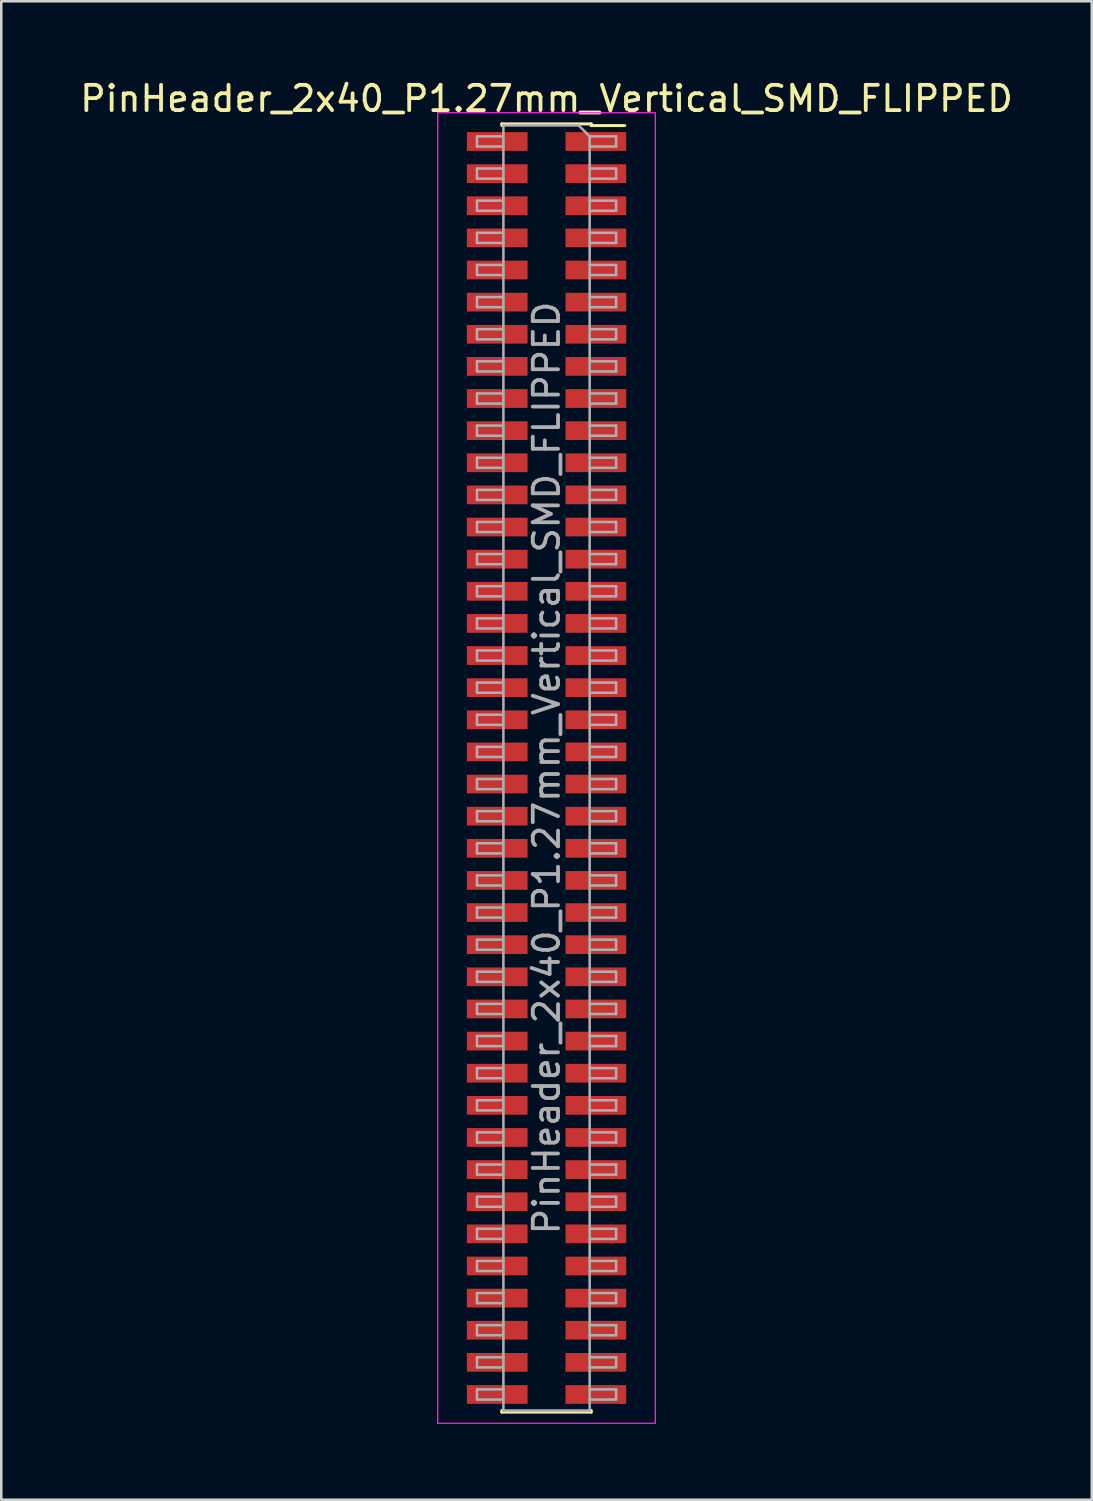
<source format=kicad_pcb>
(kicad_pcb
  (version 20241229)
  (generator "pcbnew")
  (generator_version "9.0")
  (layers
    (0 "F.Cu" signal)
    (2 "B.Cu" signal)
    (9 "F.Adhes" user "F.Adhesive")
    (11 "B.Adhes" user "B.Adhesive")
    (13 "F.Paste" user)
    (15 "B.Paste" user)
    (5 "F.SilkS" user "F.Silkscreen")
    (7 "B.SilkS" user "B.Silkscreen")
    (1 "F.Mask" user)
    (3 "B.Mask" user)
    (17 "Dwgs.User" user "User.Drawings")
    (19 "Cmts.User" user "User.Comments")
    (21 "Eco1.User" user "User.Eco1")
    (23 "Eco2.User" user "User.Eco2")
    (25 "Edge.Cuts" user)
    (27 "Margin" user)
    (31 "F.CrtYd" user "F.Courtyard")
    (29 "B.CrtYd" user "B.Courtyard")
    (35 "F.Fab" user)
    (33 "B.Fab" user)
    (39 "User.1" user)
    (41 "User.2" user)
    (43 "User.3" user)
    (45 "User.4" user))
  (footprint "PinHeader_2x40_P1.27mm_Vertical_SMD_FLIPPED"
    (layer "F.Cu")
    (at 18.554 27.308)
    (property "Reference" "PinHeader_2x40_P1.27mm_Vertical_SMD_FLIPPED" (at 0 -26.46 0) (layer "F.SilkS") (effects (font (size 1 1) (thickness 0.15))))
    (attr smd)
    (fp_line (start -1.765 -25.46) (end -1.765 -25.395) (stroke (width 0.12) (type solid)) (layer "F.SilkS"))
    (fp_line (start -1.765 25.395) (end -1.765 25.46) (stroke (width 0.12) (type solid)) (layer "F.SilkS"))
    (fp_line (start 1.765 -25.46) (end -1.765 -25.46) (stroke (width 0.12) (type solid)) (layer "F.SilkS"))
    (fp_line (start 1.765 -25.46) (end 1.765 -25.395) (stroke (width 0.12) (type solid)) (layer "F.SilkS"))
    (fp_line (start 1.765 25.395) (end 1.765 25.46) (stroke (width 0.12) (type solid)) (layer "F.SilkS"))
    (fp_line (start 1.765 25.46) (end -1.765 25.46) (stroke (width 0.12) (type solid)) (layer "F.SilkS"))
    (fp_line (start 3.09 -25.395) (end 1.765 -25.395) (stroke (width 0.12) (type solid)) (layer "F.SilkS"))
    (fp_line (start -4.3 -25.9) (end 4.3 -25.9) (stroke (width 0.05) (type solid)) (layer "F.CrtYd"))
    (fp_line (start -4.3 25.9) (end -4.3 -25.9) (stroke (width 0.05) (type solid)) (layer "F.CrtYd"))
    (fp_line (start 4.3 -25.9) (end 4.3 25.9) (stroke (width 0.05) (type solid)) (layer "F.CrtYd"))
    (fp_line (start 4.3 25.9) (end -4.3 25.9) (stroke (width 0.05) (type solid)) (layer "F.CrtYd"))
    (fp_line (start -2.75 -24.965) (end -2.75 -24.565) (stroke (width 0.1) (type solid)) (layer "F.Fab"))
    (fp_line (start -2.75 -24.565) (end -1.705 -24.565) (stroke (width 0.1) (type solid)) (layer "F.Fab"))
    (fp_line (start -2.75 -23.695) (end -2.75 -23.295) (stroke (width 0.1) (type solid)) (layer "F.Fab"))
    (fp_line (start -2.75 -23.295) (end -1.705 -23.295) (stroke (width 0.1) (type solid)) (layer "F.Fab"))
    (fp_line (start -2.75 -22.425) (end -2.75 -22.025) (stroke (width 0.1) (type solid)) (layer "F.Fab"))
    (fp_line (start -2.75 -22.025) (end -1.705 -22.025) (stroke (width 0.1) (type solid)) (layer "F.Fab"))
    (fp_line (start -2.75 -21.155) (end -2.75 -20.755) (stroke (width 0.1) (type solid)) (layer "F.Fab"))
    (fp_line (start -2.75 -20.755) (end -1.705 -20.755) (stroke (width 0.1) (type solid)) (layer "F.Fab"))
    (fp_line (start -2.75 -19.885) (end -2.75 -19.485) (stroke (width 0.1) (type solid)) (layer "F.Fab"))
    (fp_line (start -2.75 -19.485) (end -1.705 -19.485) (stroke (width 0.1) (type solid)) (layer "F.Fab"))
    (fp_line (start -2.75 -18.615) (end -2.75 -18.215) (stroke (width 0.1) (type solid)) (layer "F.Fab"))
    (fp_line (start -2.75 -18.215) (end -1.705 -18.215) (stroke (width 0.1) (type solid)) (layer "F.Fab"))
    (fp_line (start -2.75 -17.345) (end -2.75 -16.945) (stroke (width 0.1) (type solid)) (layer "F.Fab"))
    (fp_line (start -2.75 -16.945) (end -1.705 -16.945) (stroke (width 0.1) (type solid)) (layer "F.Fab"))
    (fp_line (start -2.75 -16.075) (end -2.75 -15.675) (stroke (width 0.1) (type solid)) (layer "F.Fab"))
    (fp_line (start -2.75 -15.675) (end -1.705 -15.675) (stroke (width 0.1) (type solid)) (layer "F.Fab"))
    (fp_line (start -2.75 -14.805) (end -2.75 -14.405) (stroke (width 0.1) (type solid)) (layer "F.Fab"))
    (fp_line (start -2.75 -14.405) (end -1.705 -14.405) (stroke (width 0.1) (type solid)) (layer "F.Fab"))
    (fp_line (start -2.75 -13.535) (end -2.75 -13.135) (stroke (width 0.1) (type solid)) (layer "F.Fab"))
    (fp_line (start -2.75 -13.135) (end -1.705 -13.135) (stroke (width 0.1) (type solid)) (layer "F.Fab"))
    (fp_line (start -2.75 -12.265) (end -2.75 -11.865) (stroke (width 0.1) (type solid)) (layer "F.Fab"))
    (fp_line (start -2.75 -11.865) (end -1.705 -11.865) (stroke (width 0.1) (type solid)) (layer "F.Fab"))
    (fp_line (start -2.75 -10.995) (end -2.75 -10.595) (stroke (width 0.1) (type solid)) (layer "F.Fab"))
    (fp_line (start -2.75 -10.595) (end -1.705 -10.595) (stroke (width 0.1) (type solid)) (layer "F.Fab"))
    (fp_line (start -2.75 -9.725) (end -2.75 -9.325) (stroke (width 0.1) (type solid)) (layer "F.Fab"))
    (fp_line (start -2.75 -9.325) (end -1.705 -9.325) (stroke (width 0.1) (type solid)) (layer "F.Fab"))
    (fp_line (start -2.75 -8.455) (end -2.75 -8.055) (stroke (width 0.1) (type solid)) (layer "F.Fab"))
    (fp_line (start -2.75 -8.055) (end -1.705 -8.055) (stroke (width 0.1) (type solid)) (layer "F.Fab"))
    (fp_line (start -2.75 -7.185) (end -2.75 -6.785) (stroke (width 0.1) (type solid)) (layer "F.Fab"))
    (fp_line (start -2.75 -6.785) (end -1.705 -6.785) (stroke (width 0.1) (type solid)) (layer "F.Fab"))
    (fp_line (start -2.75 -5.915) (end -2.75 -5.515) (stroke (width 0.1) (type solid)) (layer "F.Fab"))
    (fp_line (start -2.75 -5.515) (end -1.705 -5.515) (stroke (width 0.1) (type solid)) (layer "F.Fab"))
    (fp_line (start -2.75 -4.645) (end -2.75 -4.245) (stroke (width 0.1) (type solid)) (layer "F.Fab"))
    (fp_line (start -2.75 -4.245) (end -1.705 -4.245) (stroke (width 0.1) (type solid)) (layer "F.Fab"))
    (fp_line (start -2.75 -3.375) (end -2.75 -2.975) (stroke (width 0.1) (type solid)) (layer "F.Fab"))
    (fp_line (start -2.75 -2.975) (end -1.705 -2.975) (stroke (width 0.1) (type solid)) (layer "F.Fab"))
    (fp_line (start -2.75 -2.105) (end -2.75 -1.705) (stroke (width 0.1) (type solid)) (layer "F.Fab"))
    (fp_line (start -2.75 -1.705) (end -1.705 -1.705) (stroke (width 0.1) (type solid)) (layer "F.Fab"))
    (fp_line (start -2.75 -0.835) (end -2.75 -0.435) (stroke (width 0.1) (type solid)) (layer "F.Fab"))
    (fp_line (start -2.75 -0.435) (end -1.705 -0.435) (stroke (width 0.1) (type solid)) (layer "F.Fab"))
    (fp_line (start -2.75 0.435) (end -2.75 0.835) (stroke (width 0.1) (type solid)) (layer "F.Fab"))
    (fp_line (start -2.75 0.835) (end -1.705 0.835) (stroke (width 0.1) (type solid)) (layer "F.Fab"))
    (fp_line (start -2.75 1.705) (end -2.75 2.105) (stroke (width 0.1) (type solid)) (layer "F.Fab"))
    (fp_line (start -2.75 2.105) (end -1.705 2.105) (stroke (width 0.1) (type solid)) (layer "F.Fab"))
    (fp_line (start -2.75 2.975) (end -2.75 3.375) (stroke (width 0.1) (type solid)) (layer "F.Fab"))
    (fp_line (start -2.75 3.375) (end -1.705 3.375) (stroke (width 0.1) (type solid)) (layer "F.Fab"))
    (fp_line (start -2.75 4.245) (end -2.75 4.645) (stroke (width 0.1) (type solid)) (layer "F.Fab"))
    (fp_line (start -2.75 4.645) (end -1.705 4.645) (stroke (width 0.1) (type solid)) (layer "F.Fab"))
    (fp_line (start -2.75 5.515) (end -2.75 5.915) (stroke (width 0.1) (type solid)) (layer "F.Fab"))
    (fp_line (start -2.75 5.915) (end -1.705 5.915) (stroke (width 0.1) (type solid)) (layer "F.Fab"))
    (fp_line (start -2.75 6.785) (end -2.75 7.185) (stroke (width 0.1) (type solid)) (layer "F.Fab"))
    (fp_line (start -2.75 7.185) (end -1.705 7.185) (stroke (width 0.1) (type solid)) (layer "F.Fab"))
    (fp_line (start -2.75 8.055) (end -2.75 8.455) (stroke (width 0.1) (type solid)) (layer "F.Fab"))
    (fp_line (start -2.75 8.455) (end -1.705 8.455) (stroke (width 0.1) (type solid)) (layer "F.Fab"))
    (fp_line (start -2.75 9.325) (end -2.75 9.725) (stroke (width 0.1) (type solid)) (layer "F.Fab"))
    (fp_line (start -2.75 9.725) (end -1.705 9.725) (stroke (width 0.1) (type solid)) (layer "F.Fab"))
    (fp_line (start -2.75 10.595) (end -2.75 10.995) (stroke (width 0.1) (type solid)) (layer "F.Fab"))
    (fp_line (start -2.75 10.995) (end -1.705 10.995) (stroke (width 0.1) (type solid)) (layer "F.Fab"))
    (fp_line (start -2.75 11.865) (end -2.75 12.265) (stroke (width 0.1) (type solid)) (layer "F.Fab"))
    (fp_line (start -2.75 12.265) (end -1.705 12.265) (stroke (width 0.1) (type solid)) (layer "F.Fab"))
    (fp_line (start -2.75 13.135) (end -2.75 13.535) (stroke (width 0.1) (type solid)) (layer "F.Fab"))
    (fp_line (start -2.75 13.535) (end -1.705 13.535) (stroke (width 0.1) (type solid)) (layer "F.Fab"))
    (fp_line (start -2.75 14.405) (end -2.75 14.805) (stroke (width 0.1) (type solid)) (layer "F.Fab"))
    (fp_line (start -2.75 14.805) (end -1.705 14.805) (stroke (width 0.1) (type solid)) (layer "F.Fab"))
    (fp_line (start -2.75 15.675) (end -2.75 16.075) (stroke (width 0.1) (type solid)) (layer "F.Fab"))
    (fp_line (start -2.75 16.075) (end -1.705 16.075) (stroke (width 0.1) (type solid)) (layer "F.Fab"))
    (fp_line (start -2.75 16.945) (end -2.75 17.345) (stroke (width 0.1) (type solid)) (layer "F.Fab"))
    (fp_line (start -2.75 17.345) (end -1.705 17.345) (stroke (width 0.1) (type solid)) (layer "F.Fab"))
    (fp_line (start -2.75 18.215) (end -2.75 18.615) (stroke (width 0.1) (type solid)) (layer "F.Fab"))
    (fp_line (start -2.75 18.615) (end -1.705 18.615) (stroke (width 0.1) (type solid)) (layer "F.Fab"))
    (fp_line (start -2.75 19.485) (end -2.75 19.885) (stroke (width 0.1) (type solid)) (layer "F.Fab"))
    (fp_line (start -2.75 19.885) (end -1.705 19.885) (stroke (width 0.1) (type solid)) (layer "F.Fab"))
    (fp_line (start -2.75 20.755) (end -2.75 21.155) (stroke (width 0.1) (type solid)) (layer "F.Fab"))
    (fp_line (start -2.75 21.155) (end -1.705 21.155) (stroke (width 0.1) (type solid)) (layer "F.Fab"))
    (fp_line (start -2.75 22.025) (end -2.75 22.425) (stroke (width 0.1) (type solid)) (layer "F.Fab"))
    (fp_line (start -2.75 22.425) (end -1.705 22.425) (stroke (width 0.1) (type solid)) (layer "F.Fab"))
    (fp_line (start -2.75 23.295) (end -2.75 23.695) (stroke (width 0.1) (type solid)) (layer "F.Fab"))
    (fp_line (start -2.75 23.695) (end -1.705 23.695) (stroke (width 0.1) (type solid)) (layer "F.Fab"))
    (fp_line (start -2.75 24.565) (end -2.75 24.965) (stroke (width 0.1) (type solid)) (layer "F.Fab"))
    (fp_line (start -2.75 24.965) (end -1.705 24.965) (stroke (width 0.1) (type solid)) (layer "F.Fab"))
    (fp_line (start -1.705 -25.4) (end -1.705 25.4) (stroke (width 0.1) (type solid)) (layer "F.Fab"))
    (fp_line (start -1.705 -24.965) (end -2.75 -24.965) (stroke (width 0.1) (type solid)) (layer "F.Fab"))
    (fp_line (start -1.705 -23.695) (end -2.75 -23.695) (stroke (width 0.1) (type solid)) (layer "F.Fab"))
    (fp_line (start -1.705 -22.425) (end -2.75 -22.425) (stroke (width 0.1) (type solid)) (layer "F.Fab"))
    (fp_line (start -1.705 -21.155) (end -2.75 -21.155) (stroke (width 0.1) (type solid)) (layer "F.Fab"))
    (fp_line (start -1.705 -19.885) (end -2.75 -19.885) (stroke (width 0.1) (type solid)) (layer "F.Fab"))
    (fp_line (start -1.705 -18.615) (end -2.75 -18.615) (stroke (width 0.1) (type solid)) (layer "F.Fab"))
    (fp_line (start -1.705 -17.345) (end -2.75 -17.345) (stroke (width 0.1) (type solid)) (layer "F.Fab"))
    (fp_line (start -1.705 -16.075) (end -2.75 -16.075) (stroke (width 0.1) (type solid)) (layer "F.Fab"))
    (fp_line (start -1.705 -14.805) (end -2.75 -14.805) (stroke (width 0.1) (type solid)) (layer "F.Fab"))
    (fp_line (start -1.705 -13.535) (end -2.75 -13.535) (stroke (width 0.1) (type solid)) (layer "F.Fab"))
    (fp_line (start -1.705 -12.265) (end -2.75 -12.265) (stroke (width 0.1) (type solid)) (layer "F.Fab"))
    (fp_line (start -1.705 -10.995) (end -2.75 -10.995) (stroke (width 0.1) (type solid)) (layer "F.Fab"))
    (fp_line (start -1.705 -9.725) (end -2.75 -9.725) (stroke (width 0.1) (type solid)) (layer "F.Fab"))
    (fp_line (start -1.705 -8.455) (end -2.75 -8.455) (stroke (width 0.1) (type solid)) (layer "F.Fab"))
    (fp_line (start -1.705 -7.185) (end -2.75 -7.185) (stroke (width 0.1) (type solid)) (layer "F.Fab"))
    (fp_line (start -1.705 -5.915) (end -2.75 -5.915) (stroke (width 0.1) (type solid)) (layer "F.Fab"))
    (fp_line (start -1.705 -4.645) (end -2.75 -4.645) (stroke (width 0.1) (type solid)) (layer "F.Fab"))
    (fp_line (start -1.705 -3.375) (end -2.75 -3.375) (stroke (width 0.1) (type solid)) (layer "F.Fab"))
    (fp_line (start -1.705 -2.105) (end -2.75 -2.105) (stroke (width 0.1) (type solid)) (layer "F.Fab"))
    (fp_line (start -1.705 -0.835) (end -2.75 -0.835) (stroke (width 0.1) (type solid)) (layer "F.Fab"))
    (fp_line (start -1.705 0.435) (end -2.75 0.435) (stroke (width 0.1) (type solid)) (layer "F.Fab"))
    (fp_line (start -1.705 1.705) (end -2.75 1.705) (stroke (width 0.1) (type solid)) (layer "F.Fab"))
    (fp_line (start -1.705 2.975) (end -2.75 2.975) (stroke (width 0.1) (type solid)) (layer "F.Fab"))
    (fp_line (start -1.705 4.245) (end -2.75 4.245) (stroke (width 0.1) (type solid)) (layer "F.Fab"))
    (fp_line (start -1.705 5.515) (end -2.75 5.515) (stroke (width 0.1) (type solid)) (layer "F.Fab"))
    (fp_line (start -1.705 6.785) (end -2.75 6.785) (stroke (width 0.1) (type solid)) (layer "F.Fab"))
    (fp_line (start -1.705 8.055) (end -2.75 8.055) (stroke (width 0.1) (type solid)) (layer "F.Fab"))
    (fp_line (start -1.705 9.325) (end -2.75 9.325) (stroke (width 0.1) (type solid)) (layer "F.Fab"))
    (fp_line (start -1.705 10.595) (end -2.75 10.595) (stroke (width 0.1) (type solid)) (layer "F.Fab"))
    (fp_line (start -1.705 11.865) (end -2.75 11.865) (stroke (width 0.1) (type solid)) (layer "F.Fab"))
    (fp_line (start -1.705 13.135) (end -2.75 13.135) (stroke (width 0.1) (type solid)) (layer "F.Fab"))
    (fp_line (start -1.705 14.405) (end -2.75 14.405) (stroke (width 0.1) (type solid)) (layer "F.Fab"))
    (fp_line (start -1.705 15.675) (end -2.75 15.675) (stroke (width 0.1) (type solid)) (layer "F.Fab"))
    (fp_line (start -1.705 16.945) (end -2.75 16.945) (stroke (width 0.1) (type solid)) (layer "F.Fab"))
    (fp_line (start -1.705 18.215) (end -2.75 18.215) (stroke (width 0.1) (type solid)) (layer "F.Fab"))
    (fp_line (start -1.705 19.485) (end -2.75 19.485) (stroke (width 0.1) (type solid)) (layer "F.Fab"))
    (fp_line (start -1.705 20.755) (end -2.75 20.755) (stroke (width 0.1) (type solid)) (layer "F.Fab"))
    (fp_line (start -1.705 22.025) (end -2.75 22.025) (stroke (width 0.1) (type solid)) (layer "F.Fab"))
    (fp_line (start -1.705 23.295) (end -2.75 23.295) (stroke (width 0.1) (type solid)) (layer "F.Fab"))
    (fp_line (start -1.705 24.565) (end -2.75 24.565) (stroke (width 0.1) (type solid)) (layer "F.Fab"))
    (fp_line (start -1.705 25.4) (end 1.705 25.4) (stroke (width 0.1) (type solid)) (layer "F.Fab"))
    (fp_line (start 1.27 -25.4) (end -1.705 -25.4) (stroke (width 0.1) (type solid)) (layer "F.Fab"))
    (fp_line (start 1.705 -24.965) (end 1.27 -25.4) (stroke (width 0.1) (type solid)) (layer "F.Fab"))
    (fp_line (start 1.705 -24.965) (end 2.75 -24.965) (stroke (width 0.1) (type solid)) (layer "F.Fab"))
    (fp_line (start 1.705 -23.695) (end 2.75 -23.695) (stroke (width 0.1) (type solid)) (layer "F.Fab"))
    (fp_line (start 1.705 -22.425) (end 2.75 -22.425) (stroke (width 0.1) (type solid)) (layer "F.Fab"))
    (fp_line (start 1.705 -21.155) (end 2.75 -21.155) (stroke (width 0.1) (type solid)) (layer "F.Fab"))
    (fp_line (start 1.705 -19.885) (end 2.75 -19.885) (stroke (width 0.1) (type solid)) (layer "F.Fab"))
    (fp_line (start 1.705 -18.615) (end 2.75 -18.615) (stroke (width 0.1) (type solid)) (layer "F.Fab"))
    (fp_line (start 1.705 -17.345) (end 2.75 -17.345) (stroke (width 0.1) (type solid)) (layer "F.Fab"))
    (fp_line (start 1.705 -16.075) (end 2.75 -16.075) (stroke (width 0.1) (type solid)) (layer "F.Fab"))
    (fp_line (start 1.705 -14.805) (end 2.75 -14.805) (stroke (width 0.1) (type solid)) (layer "F.Fab"))
    (fp_line (start 1.705 -13.535) (end 2.75 -13.535) (stroke (width 0.1) (type solid)) (layer "F.Fab"))
    (fp_line (start 1.705 -12.265) (end 2.75 -12.265) (stroke (width 0.1) (type solid)) (layer "F.Fab"))
    (fp_line (start 1.705 -10.995) (end 2.75 -10.995) (stroke (width 0.1) (type solid)) (layer "F.Fab"))
    (fp_line (start 1.705 -9.725) (end 2.75 -9.725) (stroke (width 0.1) (type solid)) (layer "F.Fab"))
    (fp_line (start 1.705 -8.455) (end 2.75 -8.455) (stroke (width 0.1) (type solid)) (layer "F.Fab"))
    (fp_line (start 1.705 -7.185) (end 2.75 -7.185) (stroke (width 0.1) (type solid)) (layer "F.Fab"))
    (fp_line (start 1.705 -5.915) (end 2.75 -5.915) (stroke (width 0.1) (type solid)) (layer "F.Fab"))
    (fp_line (start 1.705 -4.645) (end 2.75 -4.645) (stroke (width 0.1) (type solid)) (layer "F.Fab"))
    (fp_line (start 1.705 -3.375) (end 2.75 -3.375) (stroke (width 0.1) (type solid)) (layer "F.Fab"))
    (fp_line (start 1.705 -2.105) (end 2.75 -2.105) (stroke (width 0.1) (type solid)) (layer "F.Fab"))
    (fp_line (start 1.705 -0.835) (end 2.75 -0.835) (stroke (width 0.1) (type solid)) (layer "F.Fab"))
    (fp_line (start 1.705 0.435) (end 2.75 0.435) (stroke (width 0.1) (type solid)) (layer "F.Fab"))
    (fp_line (start 1.705 1.705) (end 2.75 1.705) (stroke (width 0.1) (type solid)) (layer "F.Fab"))
    (fp_line (start 1.705 2.975) (end 2.75 2.975) (stroke (width 0.1) (type solid)) (layer "F.Fab"))
    (fp_line (start 1.705 4.245) (end 2.75 4.245) (stroke (width 0.1) (type solid)) (layer "F.Fab"))
    (fp_line (start 1.705 5.515) (end 2.75 5.515) (stroke (width 0.1) (type solid)) (layer "F.Fab"))
    (fp_line (start 1.705 6.785) (end 2.75 6.785) (stroke (width 0.1) (type solid)) (layer "F.Fab"))
    (fp_line (start 1.705 8.055) (end 2.75 8.055) (stroke (width 0.1) (type solid)) (layer "F.Fab"))
    (fp_line (start 1.705 9.325) (end 2.75 9.325) (stroke (width 0.1) (type solid)) (layer "F.Fab"))
    (fp_line (start 1.705 10.595) (end 2.75 10.595) (stroke (width 0.1) (type solid)) (layer "F.Fab"))
    (fp_line (start 1.705 11.865) (end 2.75 11.865) (stroke (width 0.1) (type solid)) (layer "F.Fab"))
    (fp_line (start 1.705 13.135) (end 2.75 13.135) (stroke (width 0.1) (type solid)) (layer "F.Fab"))
    (fp_line (start 1.705 14.405) (end 2.75 14.405) (stroke (width 0.1) (type solid)) (layer "F.Fab"))
    (fp_line (start 1.705 15.675) (end 2.75 15.675) (stroke (width 0.1) (type solid)) (layer "F.Fab"))
    (fp_line (start 1.705 16.945) (end 2.75 16.945) (stroke (width 0.1) (type solid)) (layer "F.Fab"))
    (fp_line (start 1.705 18.215) (end 2.75 18.215) (stroke (width 0.1) (type solid)) (layer "F.Fab"))
    (fp_line (start 1.705 19.485) (end 2.75 19.485) (stroke (width 0.1) (type solid)) (layer "F.Fab"))
    (fp_line (start 1.705 20.755) (end 2.75 20.755) (stroke (width 0.1) (type solid)) (layer "F.Fab"))
    (fp_line (start 1.705 22.025) (end 2.75 22.025) (stroke (width 0.1) (type solid)) (layer "F.Fab"))
    (fp_line (start 1.705 23.295) (end 2.75 23.295) (stroke (width 0.1) (type solid)) (layer "F.Fab"))
    (fp_line (start 1.705 24.565) (end 2.75 24.565) (stroke (width 0.1) (type solid)) (layer "F.Fab"))
    (fp_line (start 1.705 25.4) (end 1.705 -24.965) (stroke (width 0.1) (type solid)) (layer "F.Fab"))
    (fp_line (start 2.75 -24.965) (end 2.75 -24.565) (stroke (width 0.1) (type solid)) (layer "F.Fab"))
    (fp_line (start 2.75 -24.565) (end 1.705 -24.565) (stroke (width 0.1) (type solid)) (layer "F.Fab"))
    (fp_line (start 2.75 -23.695) (end 2.75 -23.295) (stroke (width 0.1) (type solid)) (layer "F.Fab"))
    (fp_line (start 2.75 -23.295) (end 1.705 -23.295) (stroke (width 0.1) (type solid)) (layer "F.Fab"))
    (fp_line (start 2.75 -22.425) (end 2.75 -22.025) (stroke (width 0.1) (type solid)) (layer "F.Fab"))
    (fp_line (start 2.75 -22.025) (end 1.705 -22.025) (stroke (width 0.1) (type solid)) (layer "F.Fab"))
    (fp_line (start 2.75 -21.155) (end 2.75 -20.755) (stroke (width 0.1) (type solid)) (layer "F.Fab"))
    (fp_line (start 2.75 -20.755) (end 1.705 -20.755) (stroke (width 0.1) (type solid)) (layer "F.Fab"))
    (fp_line (start 2.75 -19.885) (end 2.75 -19.485) (stroke (width 0.1) (type solid)) (layer "F.Fab"))
    (fp_line (start 2.75 -19.485) (end 1.705 -19.485) (stroke (width 0.1) (type solid)) (layer "F.Fab"))
    (fp_line (start 2.75 -18.615) (end 2.75 -18.215) (stroke (width 0.1) (type solid)) (layer "F.Fab"))
    (fp_line (start 2.75 -18.215) (end 1.705 -18.215) (stroke (width 0.1) (type solid)) (layer "F.Fab"))
    (fp_line (start 2.75 -17.345) (end 2.75 -16.945) (stroke (width 0.1) (type solid)) (layer "F.Fab"))
    (fp_line (start 2.75 -16.945) (end 1.705 -16.945) (stroke (width 0.1) (type solid)) (layer "F.Fab"))
    (fp_line (start 2.75 -16.075) (end 2.75 -15.675) (stroke (width 0.1) (type solid)) (layer "F.Fab"))
    (fp_line (start 2.75 -15.675) (end 1.705 -15.675) (stroke (width 0.1) (type solid)) (layer "F.Fab"))
    (fp_line (start 2.75 -14.805) (end 2.75 -14.405) (stroke (width 0.1) (type solid)) (layer "F.Fab"))
    (fp_line (start 2.75 -14.405) (end 1.705 -14.405) (stroke (width 0.1) (type solid)) (layer "F.Fab"))
    (fp_line (start 2.75 -13.535) (end 2.75 -13.135) (stroke (width 0.1) (type solid)) (layer "F.Fab"))
    (fp_line (start 2.75 -13.135) (end 1.705 -13.135) (stroke (width 0.1) (type solid)) (layer "F.Fab"))
    (fp_line (start 2.75 -12.265) (end 2.75 -11.865) (stroke (width 0.1) (type solid)) (layer "F.Fab"))
    (fp_line (start 2.75 -11.865) (end 1.705 -11.865) (stroke (width 0.1) (type solid)) (layer "F.Fab"))
    (fp_line (start 2.75 -10.995) (end 2.75 -10.595) (stroke (width 0.1) (type solid)) (layer "F.Fab"))
    (fp_line (start 2.75 -10.595) (end 1.705 -10.595) (stroke (width 0.1) (type solid)) (layer "F.Fab"))
    (fp_line (start 2.75 -9.725) (end 2.75 -9.325) (stroke (width 0.1) (type solid)) (layer "F.Fab"))
    (fp_line (start 2.75 -9.325) (end 1.705 -9.325) (stroke (width 0.1) (type solid)) (layer "F.Fab"))
    (fp_line (start 2.75 -8.455) (end 2.75 -8.055) (stroke (width 0.1) (type solid)) (layer "F.Fab"))
    (fp_line (start 2.75 -8.055) (end 1.705 -8.055) (stroke (width 0.1) (type solid)) (layer "F.Fab"))
    (fp_line (start 2.75 -7.185) (end 2.75 -6.785) (stroke (width 0.1) (type solid)) (layer "F.Fab"))
    (fp_line (start 2.75 -6.785) (end 1.705 -6.785) (stroke (width 0.1) (type solid)) (layer "F.Fab"))
    (fp_line (start 2.75 -5.915) (end 2.75 -5.515) (stroke (width 0.1) (type solid)) (layer "F.Fab"))
    (fp_line (start 2.75 -5.515) (end 1.705 -5.515) (stroke (width 0.1) (type solid)) (layer "F.Fab"))
    (fp_line (start 2.75 -4.645) (end 2.75 -4.245) (stroke (width 0.1) (type solid)) (layer "F.Fab"))
    (fp_line (start 2.75 -4.245) (end 1.705 -4.245) (stroke (width 0.1) (type solid)) (layer "F.Fab"))
    (fp_line (start 2.75 -3.375) (end 2.75 -2.975) (stroke (width 0.1) (type solid)) (layer "F.Fab"))
    (fp_line (start 2.75 -2.975) (end 1.705 -2.975) (stroke (width 0.1) (type solid)) (layer "F.Fab"))
    (fp_line (start 2.75 -2.105) (end 2.75 -1.705) (stroke (width 0.1) (type solid)) (layer "F.Fab"))
    (fp_line (start 2.75 -1.705) (end 1.705 -1.705) (stroke (width 0.1) (type solid)) (layer "F.Fab"))
    (fp_line (start 2.75 -0.835) (end 2.75 -0.435) (stroke (width 0.1) (type solid)) (layer "F.Fab"))
    (fp_line (start 2.75 -0.435) (end 1.705 -0.435) (stroke (width 0.1) (type solid)) (layer "F.Fab"))
    (fp_line (start 2.75 0.435) (end 2.75 0.835) (stroke (width 0.1) (type solid)) (layer "F.Fab"))
    (fp_line (start 2.75 0.835) (end 1.705 0.835) (stroke (width 0.1) (type solid)) (layer "F.Fab"))
    (fp_line (start 2.75 1.705) (end 2.75 2.105) (stroke (width 0.1) (type solid)) (layer "F.Fab"))
    (fp_line (start 2.75 2.105) (end 1.705 2.105) (stroke (width 0.1) (type solid)) (layer "F.Fab"))
    (fp_line (start 2.75 2.975) (end 2.75 3.375) (stroke (width 0.1) (type solid)) (layer "F.Fab"))
    (fp_line (start 2.75 3.375) (end 1.705 3.375) (stroke (width 0.1) (type solid)) (layer "F.Fab"))
    (fp_line (start 2.75 4.245) (end 2.75 4.645) (stroke (width 0.1) (type solid)) (layer "F.Fab"))
    (fp_line (start 2.75 4.645) (end 1.705 4.645) (stroke (width 0.1) (type solid)) (layer "F.Fab"))
    (fp_line (start 2.75 5.515) (end 2.75 5.915) (stroke (width 0.1) (type solid)) (layer "F.Fab"))
    (fp_line (start 2.75 5.915) (end 1.705 5.915) (stroke (width 0.1) (type solid)) (layer "F.Fab"))
    (fp_line (start 2.75 6.785) (end 2.75 7.185) (stroke (width 0.1) (type solid)) (layer "F.Fab"))
    (fp_line (start 2.75 7.185) (end 1.705 7.185) (stroke (width 0.1) (type solid)) (layer "F.Fab"))
    (fp_line (start 2.75 8.055) (end 2.75 8.455) (stroke (width 0.1) (type solid)) (layer "F.Fab"))
    (fp_line (start 2.75 8.455) (end 1.705 8.455) (stroke (width 0.1) (type solid)) (layer "F.Fab"))
    (fp_line (start 2.75 9.325) (end 2.75 9.725) (stroke (width 0.1) (type solid)) (layer "F.Fab"))
    (fp_line (start 2.75 9.725) (end 1.705 9.725) (stroke (width 0.1) (type solid)) (layer "F.Fab"))
    (fp_line (start 2.75 10.595) (end 2.75 10.995) (stroke (width 0.1) (type solid)) (layer "F.Fab"))
    (fp_line (start 2.75 10.995) (end 1.705 10.995) (stroke (width 0.1) (type solid)) (layer "F.Fab"))
    (fp_line (start 2.75 11.865) (end 2.75 12.265) (stroke (width 0.1) (type solid)) (layer "F.Fab"))
    (fp_line (start 2.75 12.265) (end 1.705 12.265) (stroke (width 0.1) (type solid)) (layer "F.Fab"))
    (fp_line (start 2.75 13.135) (end 2.75 13.535) (stroke (width 0.1) (type solid)) (layer "F.Fab"))
    (fp_line (start 2.75 13.535) (end 1.705 13.535) (stroke (width 0.1) (type solid)) (layer "F.Fab"))
    (fp_line (start 2.75 14.405) (end 2.75 14.805) (stroke (width 0.1) (type solid)) (layer "F.Fab"))
    (fp_line (start 2.75 14.805) (end 1.705 14.805) (stroke (width 0.1) (type solid)) (layer "F.Fab"))
    (fp_line (start 2.75 15.675) (end 2.75 16.075) (stroke (width 0.1) (type solid)) (layer "F.Fab"))
    (fp_line (start 2.75 16.075) (end 1.705 16.075) (stroke (width 0.1) (type solid)) (layer "F.Fab"))
    (fp_line (start 2.75 16.945) (end 2.75 17.345) (stroke (width 0.1) (type solid)) (layer "F.Fab"))
    (fp_line (start 2.75 17.345) (end 1.705 17.345) (stroke (width 0.1) (type solid)) (layer "F.Fab"))
    (fp_line (start 2.75 18.215) (end 2.75 18.615) (stroke (width 0.1) (type solid)) (layer "F.Fab"))
    (fp_line (start 2.75 18.615) (end 1.705 18.615) (stroke (width 0.1) (type solid)) (layer "F.Fab"))
    (fp_line (start 2.75 19.485) (end 2.75 19.885) (stroke (width 0.1) (type solid)) (layer "F.Fab"))
    (fp_line (start 2.75 19.885) (end 1.705 19.885) (stroke (width 0.1) (type solid)) (layer "F.Fab"))
    (fp_line (start 2.75 20.755) (end 2.75 21.155) (stroke (width 0.1) (type solid)) (layer "F.Fab"))
    (fp_line (start 2.75 21.155) (end 1.705 21.155) (stroke (width 0.1) (type solid)) (layer "F.Fab"))
    (fp_line (start 2.75 22.025) (end 2.75 22.425) (stroke (width 0.1) (type solid)) (layer "F.Fab"))
    (fp_line (start 2.75 22.425) (end 1.705 22.425) (stroke (width 0.1) (type solid)) (layer "F.Fab"))
    (fp_line (start 2.75 23.295) (end 2.75 23.695) (stroke (width 0.1) (type solid)) (layer "F.Fab"))
    (fp_line (start 2.75 23.695) (end 1.705 23.695) (stroke (width 0.1) (type solid)) (layer "F.Fab"))
    (fp_line (start 2.75 24.565) (end 2.75 24.965) (stroke (width 0.1) (type solid)) (layer "F.Fab"))
    (fp_line (start 2.75 24.965) (end 1.705 24.965) (stroke (width 0.1) (type solid)) (layer "F.Fab"))
    (fp_text user "${REFERENCE}" (at 0 0 90) (layer "F.Fab") (effects (font (size 1 1) (thickness 0.15))))
    (pad "1" smd rect (at 1.95 -24.765) (size 2.4 0.74) (layers "F.Cu" "F.Mask" "F.Paste"))
    (pad "2" smd rect (at -1.95 -24.765) (size 2.4 0.74) (layers "F.Cu" "F.Mask" "F.Paste"))
    (pad "3" smd rect (at 1.95 -23.495) (size 2.4 0.74) (layers "F.Cu" "F.Mask" "F.Paste"))
    (pad "4" smd rect (at -1.95 -23.495) (size 2.4 0.74) (layers "F.Cu" "F.Mask" "F.Paste"))
    (pad "5" smd rect (at 1.95 -22.225) (size 2.4 0.74) (layers "F.Cu" "F.Mask" "F.Paste"))
    (pad "6" smd rect (at -1.95 -22.225) (size 2.4 0.74) (layers "F.Cu" "F.Mask" "F.Paste"))
    (pad "7" smd rect (at 1.95 -20.955) (size 2.4 0.74) (layers "F.Cu" "F.Mask" "F.Paste"))
    (pad "8" smd rect (at -1.95 -20.955) (size 2.4 0.74) (layers "F.Cu" "F.Mask" "F.Paste"))
    (pad "9" smd rect (at 1.95 -19.685) (size 2.4 0.74) (layers "F.Cu" "F.Mask" "F.Paste"))
    (pad "10" smd rect (at -1.95 -19.685) (size 2.4 0.74) (layers "F.Cu" "F.Mask" "F.Paste"))
    (pad "11" smd rect (at 1.95 -18.415) (size 2.4 0.74) (layers "F.Cu" "F.Mask" "F.Paste"))
    (pad "12" smd rect (at -1.95 -18.415) (size 2.4 0.74) (layers "F.Cu" "F.Mask" "F.Paste"))
    (pad "13" smd rect (at 1.95 -17.145) (size 2.4 0.74) (layers "F.Cu" "F.Mask" "F.Paste"))
    (pad "14" smd rect (at -1.95 -17.145) (size 2.4 0.74) (layers "F.Cu" "F.Mask" "F.Paste"))
    (pad "15" smd rect (at 1.95 -15.875) (size 2.4 0.74) (layers "F.Cu" "F.Mask" "F.Paste"))
    (pad "16" smd rect (at -1.95 -15.875) (size 2.4 0.74) (layers "F.Cu" "F.Mask" "F.Paste"))
    (pad "17" smd rect (at 1.95 -14.605) (size 2.4 0.74) (layers "F.Cu" "F.Mask" "F.Paste"))
    (pad "18" smd rect (at -1.95 -14.605) (size 2.4 0.74) (layers "F.Cu" "F.Mask" "F.Paste"))
    (pad "19" smd rect (at 1.95 -13.335) (size 2.4 0.74) (layers "F.Cu" "F.Mask" "F.Paste"))
    (pad "20" smd rect (at -1.95 -13.335) (size 2.4 0.74) (layers "F.Cu" "F.Mask" "F.Paste"))
    (pad "21" smd rect (at 1.95 -12.065) (size 2.4 0.74) (layers "F.Cu" "F.Mask" "F.Paste"))
    (pad "22" smd rect (at -1.95 -12.065) (size 2.4 0.74) (layers "F.Cu" "F.Mask" "F.Paste"))
    (pad "23" smd rect (at 1.95 -10.795) (size 2.4 0.74) (layers "F.Cu" "F.Mask" "F.Paste"))
    (pad "24" smd rect (at -1.95 -10.795) (size 2.4 0.74) (layers "F.Cu" "F.Mask" "F.Paste"))
    (pad "25" smd rect (at 1.95 -9.525) (size 2.4 0.74) (layers "F.Cu" "F.Mask" "F.Paste"))
    (pad "26" smd rect (at -1.95 -9.525) (size 2.4 0.74) (layers "F.Cu" "F.Mask" "F.Paste"))
    (pad "27" smd rect (at 1.95 -8.255) (size 2.4 0.74) (layers "F.Cu" "F.Mask" "F.Paste"))
    (pad "28" smd rect (at -1.95 -8.255) (size 2.4 0.74) (layers "F.Cu" "F.Mask" "F.Paste"))
    (pad "29" smd rect (at 1.95 -6.985) (size 2.4 0.74) (layers "F.Cu" "F.Mask" "F.Paste"))
    (pad "30" smd rect (at -1.95 -6.985) (size 2.4 0.74) (layers "F.Cu" "F.Mask" "F.Paste"))
    (pad "31" smd rect (at 1.95 -5.715) (size 2.4 0.74) (layers "F.Cu" "F.Mask" "F.Paste"))
    (pad "32" smd rect (at -1.95 -5.715) (size 2.4 0.74) (layers "F.Cu" "F.Mask" "F.Paste"))
    (pad "33" smd rect (at 1.95 -4.445) (size 2.4 0.74) (layers "F.Cu" "F.Mask" "F.Paste"))
    (pad "34" smd rect (at -1.95 -4.445) (size 2.4 0.74) (layers "F.Cu" "F.Mask" "F.Paste"))
    (pad "35" smd rect (at 1.95 -3.175) (size 2.4 0.74) (layers "F.Cu" "F.Mask" "F.Paste"))
    (pad "36" smd rect (at -1.95 -3.175) (size 2.4 0.74) (layers "F.Cu" "F.Mask" "F.Paste"))
    (pad "37" smd rect (at 1.95 -1.905) (size 2.4 0.74) (layers "F.Cu" "F.Mask" "F.Paste"))
    (pad "38" smd rect (at -1.95 -1.905) (size 2.4 0.74) (layers "F.Cu" "F.Mask" "F.Paste"))
    (pad "39" smd rect (at 1.95 -0.635) (size 2.4 0.74) (layers "F.Cu" "F.Mask" "F.Paste"))
    (pad "40" smd rect (at -1.95 -0.635) (size 2.4 0.74) (layers "F.Cu" "F.Mask" "F.Paste"))
    (pad "41" smd rect (at 1.95 0.635) (size 2.4 0.74) (layers "F.Cu" "F.Mask" "F.Paste"))
    (pad "42" smd rect (at -1.95 0.635) (size 2.4 0.74) (layers "F.Cu" "F.Mask" "F.Paste"))
    (pad "43" smd rect (at 1.95 1.905) (size 2.4 0.74) (layers "F.Cu" "F.Mask" "F.Paste"))
    (pad "44" smd rect (at -1.95 1.905) (size 2.4 0.74) (layers "F.Cu" "F.Mask" "F.Paste"))
    (pad "45" smd rect (at 1.95 3.175) (size 2.4 0.74) (layers "F.Cu" "F.Mask" "F.Paste"))
    (pad "46" smd rect (at -1.95 3.175) (size 2.4 0.74) (layers "F.Cu" "F.Mask" "F.Paste"))
    (pad "47" smd rect (at 1.95 4.445) (size 2.4 0.74) (layers "F.Cu" "F.Mask" "F.Paste"))
    (pad "48" smd rect (at -1.95 4.445) (size 2.4 0.74) (layers "F.Cu" "F.Mask" "F.Paste"))
    (pad "49" smd rect (at 1.95 5.715) (size 2.4 0.74) (layers "F.Cu" "F.Mask" "F.Paste"))
    (pad "50" smd rect (at -1.95 5.715) (size 2.4 0.74) (layers "F.Cu" "F.Mask" "F.Paste"))
    (pad "51" smd rect (at 1.95 6.985) (size 2.4 0.74) (layers "F.Cu" "F.Mask" "F.Paste"))
    (pad "52" smd rect (at -1.95 6.985) (size 2.4 0.74) (layers "F.Cu" "F.Mask" "F.Paste"))
    (pad "53" smd rect (at 1.95 8.255) (size 2.4 0.74) (layers "F.Cu" "F.Mask" "F.Paste"))
    (pad "54" smd rect (at -1.95 8.255) (size 2.4 0.74) (layers "F.Cu" "F.Mask" "F.Paste"))
    (pad "55" smd rect (at 1.95 9.525) (size 2.4 0.74) (layers "F.Cu" "F.Mask" "F.Paste"))
    (pad "56" smd rect (at -1.95 9.525) (size 2.4 0.74) (layers "F.Cu" "F.Mask" "F.Paste"))
    (pad "57" smd rect (at 1.95 10.795) (size 2.4 0.74) (layers "F.Cu" "F.Mask" "F.Paste"))
    (pad "58" smd rect (at -1.95 10.795) (size 2.4 0.74) (layers "F.Cu" "F.Mask" "F.Paste"))
    (pad "59" smd rect (at 1.95 12.065) (size 2.4 0.74) (layers "F.Cu" "F.Mask" "F.Paste"))
    (pad "60" smd rect (at -1.95 12.065) (size 2.4 0.74) (layers "F.Cu" "F.Mask" "F.Paste"))
    (pad "61" smd rect (at 1.95 13.335) (size 2.4 0.74) (layers "F.Cu" "F.Mask" "F.Paste"))
    (pad "62" smd rect (at -1.95 13.335) (size 2.4 0.74) (layers "F.Cu" "F.Mask" "F.Paste"))
    (pad "63" smd rect (at 1.95 14.605) (size 2.4 0.74) (layers "F.Cu" "F.Mask" "F.Paste"))
    (pad "64" smd rect (at -1.95 14.605) (size 2.4 0.74) (layers "F.Cu" "F.Mask" "F.Paste"))
    (pad "65" smd rect (at 1.95 15.875) (size 2.4 0.74) (layers "F.Cu" "F.Mask" "F.Paste"))
    (pad "66" smd rect (at -1.95 15.875) (size 2.4 0.74) (layers "F.Cu" "F.Mask" "F.Paste"))
    (pad "67" smd rect (at 1.95 17.145) (size 2.4 0.74) (layers "F.Cu" "F.Mask" "F.Paste"))
    (pad "68" smd rect (at -1.95 17.145) (size 2.4 0.74) (layers "F.Cu" "F.Mask" "F.Paste"))
    (pad "69" smd rect (at 1.95 18.415) (size 2.4 0.74) (layers "F.Cu" "F.Mask" "F.Paste"))
    (pad "70" smd rect (at -1.95 18.415) (size 2.4 0.74) (layers "F.Cu" "F.Mask" "F.Paste"))
    (pad "71" smd rect (at 1.95 19.685) (size 2.4 0.74) (layers "F.Cu" "F.Mask" "F.Paste"))
    (pad "72" smd rect (at -1.95 19.685) (size 2.4 0.74) (layers "F.Cu" "F.Mask" "F.Paste"))
    (pad "73" smd rect (at 1.95 20.955) (size 2.4 0.74) (layers "F.Cu" "F.Mask" "F.Paste"))
    (pad "74" smd rect (at -1.95 20.955) (size 2.4 0.74) (layers "F.Cu" "F.Mask" "F.Paste"))
    (pad "75" smd rect (at 1.95 22.225) (size 2.4 0.74) (layers "F.Cu" "F.Mask" "F.Paste"))
    (pad "76" smd rect (at -1.95 22.225) (size 2.4 0.74) (layers "F.Cu" "F.Mask" "F.Paste"))
    (pad "77" smd rect (at 1.95 23.495) (size 2.4 0.74) (layers "F.Cu" "F.Mask" "F.Paste"))
    (pad "78" smd rect (at -1.95 23.495) (size 2.4 0.74) (layers "F.Cu" "F.Mask" "F.Paste"))
    (pad "79" smd rect (at 1.95 24.765) (size 2.4 0.74) (layers "F.Cu" "F.Mask" "F.Paste"))
    (pad "80" smd rect (at -1.95 24.765) (size 2.4 0.74) (layers "F.Cu" "F.Mask" "F.Paste")))
  (gr_rect
    (start -3 -3)
    (end 40.107 56.233)
    (stroke (width 0.1) (type default))
    (fill no)
    (layer "Edge.Cuts")))
</source>
